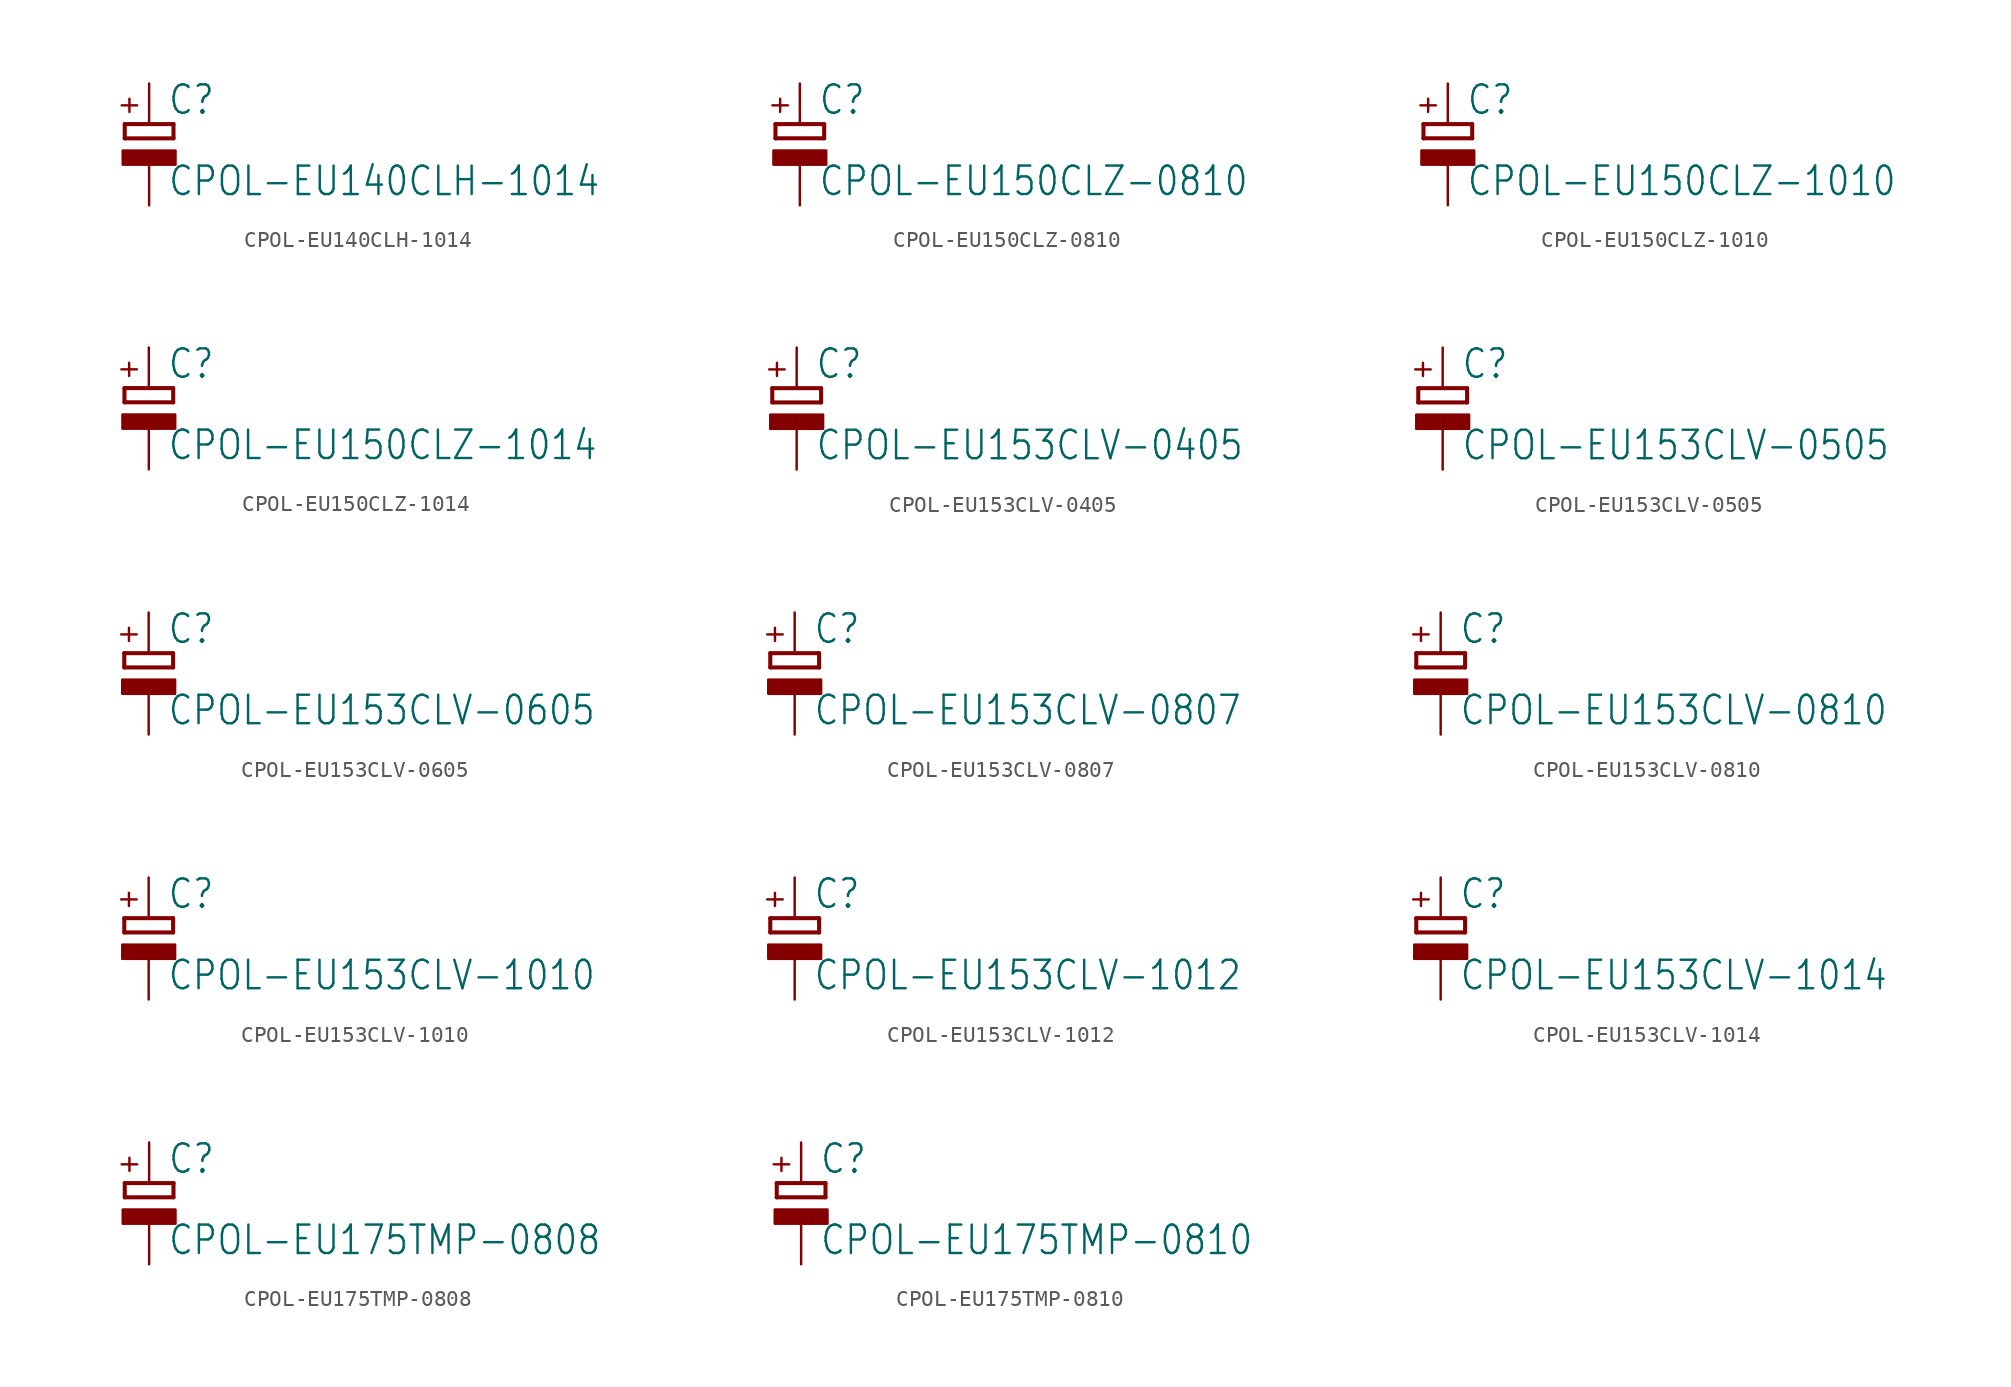
<source format=kicad_sym>
(kicad_symbol_lib
  (version 20220331)
  (generator kicad_symbol_editor)
  (symbol "CPOL-EU140CLH-1014"
    (property "Reference" "C"
      (at 1.143 0.483 0)
      (effects (font (size 1.778 1.511)) (justify left bottom)))
    (property "Value" "CPOL-EU140CLH-1014"
      (at 1.143 -4.597 0)
      (effects (font (size 1.778 1.511)) (justify left bottom)))
    (property "ki_locked" ""
      (at 0 0 0)
      (effects (font (size 1.27 1.27))))
    (symbol "CPOL-EU140CLH-1014_1_0"
      (rectangle (start -1.651 -2.54) (end 1.651 -1.651) (stroke (width 0) (type default)) (fill (type outline)))
      (polyline (pts (xy -1.524 -0.889) (xy 1.524 -0.889)) (stroke (width 0.254) (type solid)) (fill (type none)))
      (polyline (pts (xy -1.524 0) (xy -1.524 -0.889)) (stroke (width 0.254) (type solid)) (fill (type none)))
      (polyline (pts (xy -1.524 0) (xy 1.524 0)) (stroke (width 0.254) (type solid)) (fill (type none)))
      (polyline (pts (xy 1.524 -0.889) (xy 1.524 0)) (stroke (width 0.254) (type solid)) (fill (type none)))
      (text "+" (at -0.584 0.406 900) (effects (font (size 1.27 1.079)) (justify left bottom)))
      (pin passive line (at 0 2.54 270) (length 2.54) (name "+" (effects (font (size 0 0)))) (number "+" (effects (font (size 0 0)))))
      (pin passive line (at 0 -5.08 90) (length 2.54) (name "-" (effects (font (size 0 0)))) (number "-" (effects (font (size 0 0)))))))
  (symbol "CPOL-EU150CLZ-0810"
    (property "Reference" "C"
      (at 1.143 0.483 0)
      (effects (font (size 1.778 1.511)) (justify left bottom)))
    (property "Value" "CPOL-EU150CLZ-0810"
      (at 1.143 -4.597 0)
      (effects (font (size 1.778 1.511)) (justify left bottom)))
    (property "ki_locked" ""
      (at 0 0 0)
      (effects (font (size 1.27 1.27))))
    (symbol "CPOL-EU150CLZ-0810_1_0"
      (rectangle (start -1.651 -2.54) (end 1.651 -1.651) (stroke (width 0) (type default)) (fill (type outline)))
      (polyline (pts (xy -1.524 -0.889) (xy 1.524 -0.889)) (stroke (width 0.254) (type solid)) (fill (type none)))
      (polyline (pts (xy -1.524 0) (xy -1.524 -0.889)) (stroke (width 0.254) (type solid)) (fill (type none)))
      (polyline (pts (xy -1.524 0) (xy 1.524 0)) (stroke (width 0.254) (type solid)) (fill (type none)))
      (polyline (pts (xy 1.524 -0.889) (xy 1.524 0)) (stroke (width 0.254) (type solid)) (fill (type none)))
      (text "+" (at -0.584 0.406 900) (effects (font (size 1.27 1.079)) (justify left bottom)))
      (pin passive line (at 0 2.54 270) (length 2.54) (name "+" (effects (font (size 0 0)))) (number "+" (effects (font (size 0 0)))))
      (pin passive line (at 0 -5.08 90) (length 2.54) (name "-" (effects (font (size 0 0)))) (number "-" (effects (font (size 0 0)))))))
  (symbol "CPOL-EU150CLZ-1010"
    (property "Reference" "C"
      (at 1.143 0.483 0)
      (effects (font (size 1.778 1.511)) (justify left bottom)))
    (property "Value" "CPOL-EU150CLZ-1010"
      (at 1.143 -4.597 0)
      (effects (font (size 1.778 1.511)) (justify left bottom)))
    (property "ki_locked" ""
      (at 0 0 0)
      (effects (font (size 1.27 1.27))))
    (symbol "CPOL-EU150CLZ-1010_1_0"
      (rectangle (start -1.651 -2.54) (end 1.651 -1.651) (stroke (width 0) (type default)) (fill (type outline)))
      (polyline (pts (xy -1.524 -0.889) (xy 1.524 -0.889)) (stroke (width 0.254) (type solid)) (fill (type none)))
      (polyline (pts (xy -1.524 0) (xy -1.524 -0.889)) (stroke (width 0.254) (type solid)) (fill (type none)))
      (polyline (pts (xy -1.524 0) (xy 1.524 0)) (stroke (width 0.254) (type solid)) (fill (type none)))
      (polyline (pts (xy 1.524 -0.889) (xy 1.524 0)) (stroke (width 0.254) (type solid)) (fill (type none)))
      (text "+" (at -0.584 0.406 900) (effects (font (size 1.27 1.079)) (justify left bottom)))
      (pin passive line (at 0 2.54 270) (length 2.54) (name "+" (effects (font (size 0 0)))) (number "+" (effects (font (size 0 0)))))
      (pin passive line (at 0 -5.08 90) (length 2.54) (name "-" (effects (font (size 0 0)))) (number "-" (effects (font (size 0 0)))))))
  (symbol "CPOL-EU150CLZ-1014"
    (property "Reference" "C"
      (at 1.143 0.483 0)
      (effects (font (size 1.778 1.511)) (justify left bottom)))
    (property "Value" "CPOL-EU150CLZ-1014"
      (at 1.143 -4.597 0)
      (effects (font (size 1.778 1.511)) (justify left bottom)))
    (property "ki_locked" ""
      (at 0 0 0)
      (effects (font (size 1.27 1.27))))
    (symbol "CPOL-EU150CLZ-1014_1_0"
      (rectangle (start -1.651 -2.54) (end 1.651 -1.651) (stroke (width 0) (type default)) (fill (type outline)))
      (polyline (pts (xy -1.524 -0.889) (xy 1.524 -0.889)) (stroke (width 0.254) (type solid)) (fill (type none)))
      (polyline (pts (xy -1.524 0) (xy -1.524 -0.889)) (stroke (width 0.254) (type solid)) (fill (type none)))
      (polyline (pts (xy -1.524 0) (xy 1.524 0)) (stroke (width 0.254) (type solid)) (fill (type none)))
      (polyline (pts (xy 1.524 -0.889) (xy 1.524 0)) (stroke (width 0.254) (type solid)) (fill (type none)))
      (text "+" (at -0.584 0.406 900) (effects (font (size 1.27 1.079)) (justify left bottom)))
      (pin passive line (at 0 2.54 270) (length 2.54) (name "+" (effects (font (size 0 0)))) (number "+" (effects (font (size 0 0)))))
      (pin passive line (at 0 -5.08 90) (length 2.54) (name "-" (effects (font (size 0 0)))) (number "-" (effects (font (size 0 0)))))))
  (symbol "CPOL-EU153CLV-0405"
    (property "Reference" "C"
      (at 1.143 0.483 0)
      (effects (font (size 1.778 1.511)) (justify left bottom)))
    (property "Value" "CPOL-EU153CLV-0405"
      (at 1.143 -4.597 0)
      (effects (font (size 1.778 1.511)) (justify left bottom)))
    (property "ki_locked" ""
      (at 0 0 0)
      (effects (font (size 1.27 1.27))))
    (symbol "CPOL-EU153CLV-0405_1_0"
      (rectangle (start -1.651 -2.54) (end 1.651 -1.651) (stroke (width 0) (type default)) (fill (type outline)))
      (polyline (pts (xy -1.524 -0.889) (xy 1.524 -0.889)) (stroke (width 0.254) (type solid)) (fill (type none)))
      (polyline (pts (xy -1.524 0) (xy -1.524 -0.889)) (stroke (width 0.254) (type solid)) (fill (type none)))
      (polyline (pts (xy -1.524 0) (xy 1.524 0)) (stroke (width 0.254) (type solid)) (fill (type none)))
      (polyline (pts (xy 1.524 -0.889) (xy 1.524 0)) (stroke (width 0.254) (type solid)) (fill (type none)))
      (text "+" (at -0.584 0.406 900) (effects (font (size 1.27 1.079)) (justify left bottom)))
      (pin passive line (at 0 2.54 270) (length 2.54) (name "+" (effects (font (size 0 0)))) (number "+" (effects (font (size 0 0)))))
      (pin passive line (at 0 -5.08 90) (length 2.54) (name "-" (effects (font (size 0 0)))) (number "-" (effects (font (size 0 0)))))))
  (symbol "CPOL-EU153CLV-0505"
    (property "Reference" "C"
      (at 1.143 0.483 0)
      (effects (font (size 1.778 1.511)) (justify left bottom)))
    (property "Value" "CPOL-EU153CLV-0505"
      (at 1.143 -4.597 0)
      (effects (font (size 1.778 1.511)) (justify left bottom)))
    (property "ki_locked" ""
      (at 0 0 0)
      (effects (font (size 1.27 1.27))))
    (symbol "CPOL-EU153CLV-0505_1_0"
      (rectangle (start -1.651 -2.54) (end 1.651 -1.651) (stroke (width 0) (type default)) (fill (type outline)))
      (polyline (pts (xy -1.524 -0.889) (xy 1.524 -0.889)) (stroke (width 0.254) (type solid)) (fill (type none)))
      (polyline (pts (xy -1.524 0) (xy -1.524 -0.889)) (stroke (width 0.254) (type solid)) (fill (type none)))
      (polyline (pts (xy -1.524 0) (xy 1.524 0)) (stroke (width 0.254) (type solid)) (fill (type none)))
      (polyline (pts (xy 1.524 -0.889) (xy 1.524 0)) (stroke (width 0.254) (type solid)) (fill (type none)))
      (text "+" (at -0.584 0.406 900) (effects (font (size 1.27 1.079)) (justify left bottom)))
      (pin passive line (at 0 2.54 270) (length 2.54) (name "+" (effects (font (size 0 0)))) (number "+" (effects (font (size 0 0)))))
      (pin passive line (at 0 -5.08 90) (length 2.54) (name "-" (effects (font (size 0 0)))) (number "-" (effects (font (size 0 0)))))))
  (symbol "CPOL-EU153CLV-0605"
    (property "Reference" "C"
      (at 1.143 0.483 0)
      (effects (font (size 1.778 1.511)) (justify left bottom)))
    (property "Value" "CPOL-EU153CLV-0605"
      (at 1.143 -4.597 0)
      (effects (font (size 1.778 1.511)) (justify left bottom)))
    (property "ki_locked" ""
      (at 0 0 0)
      (effects (font (size 1.27 1.27))))
    (symbol "CPOL-EU153CLV-0605_1_0"
      (rectangle (start -1.651 -2.54) (end 1.651 -1.651) (stroke (width 0) (type default)) (fill (type outline)))
      (polyline (pts (xy -1.524 -0.889) (xy 1.524 -0.889)) (stroke (width 0.254) (type solid)) (fill (type none)))
      (polyline (pts (xy -1.524 0) (xy -1.524 -0.889)) (stroke (width 0.254) (type solid)) (fill (type none)))
      (polyline (pts (xy -1.524 0) (xy 1.524 0)) (stroke (width 0.254) (type solid)) (fill (type none)))
      (polyline (pts (xy 1.524 -0.889) (xy 1.524 0)) (stroke (width 0.254) (type solid)) (fill (type none)))
      (text "+" (at -0.584 0.406 900) (effects (font (size 1.27 1.079)) (justify left bottom)))
      (pin passive line (at 0 2.54 270) (length 2.54) (name "+" (effects (font (size 0 0)))) (number "+" (effects (font (size 0 0)))))
      (pin passive line (at 0 -5.08 90) (length 2.54) (name "-" (effects (font (size 0 0)))) (number "-" (effects (font (size 0 0)))))))
  (symbol "CPOL-EU153CLV-0807"
    (property "Reference" "C"
      (at 1.143 0.483 0)
      (effects (font (size 1.778 1.511)) (justify left bottom)))
    (property "Value" "CPOL-EU153CLV-0807"
      (at 1.143 -4.597 0)
      (effects (font (size 1.778 1.511)) (justify left bottom)))
    (property "ki_locked" ""
      (at 0 0 0)
      (effects (font (size 1.27 1.27))))
    (symbol "CPOL-EU153CLV-0807_1_0"
      (rectangle (start -1.651 -2.54) (end 1.651 -1.651) (stroke (width 0) (type default)) (fill (type outline)))
      (polyline (pts (xy -1.524 -0.889) (xy 1.524 -0.889)) (stroke (width 0.254) (type solid)) (fill (type none)))
      (polyline (pts (xy -1.524 0) (xy -1.524 -0.889)) (stroke (width 0.254) (type solid)) (fill (type none)))
      (polyline (pts (xy -1.524 0) (xy 1.524 0)) (stroke (width 0.254) (type solid)) (fill (type none)))
      (polyline (pts (xy 1.524 -0.889) (xy 1.524 0)) (stroke (width 0.254) (type solid)) (fill (type none)))
      (text "+" (at -0.584 0.406 900) (effects (font (size 1.27 1.079)) (justify left bottom)))
      (pin passive line (at 0 2.54 270) (length 2.54) (name "+" (effects (font (size 0 0)))) (number "+" (effects (font (size 0 0)))))
      (pin passive line (at 0 -5.08 90) (length 2.54) (name "-" (effects (font (size 0 0)))) (number "-" (effects (font (size 0 0)))))))
  (symbol "CPOL-EU153CLV-0810"
    (property "Reference" "C"
      (at 1.143 0.483 0)
      (effects (font (size 1.778 1.511)) (justify left bottom)))
    (property "Value" "CPOL-EU153CLV-0810"
      (at 1.143 -4.597 0)
      (effects (font (size 1.778 1.511)) (justify left bottom)))
    (property "ki_locked" ""
      (at 0 0 0)
      (effects (font (size 1.27 1.27))))
    (symbol "CPOL-EU153CLV-0810_1_0"
      (rectangle (start -1.651 -2.54) (end 1.651 -1.651) (stroke (width 0) (type default)) (fill (type outline)))
      (polyline (pts (xy -1.524 -0.889) (xy 1.524 -0.889)) (stroke (width 0.254) (type solid)) (fill (type none)))
      (polyline (pts (xy -1.524 0) (xy -1.524 -0.889)) (stroke (width 0.254) (type solid)) (fill (type none)))
      (polyline (pts (xy -1.524 0) (xy 1.524 0)) (stroke (width 0.254) (type solid)) (fill (type none)))
      (polyline (pts (xy 1.524 -0.889) (xy 1.524 0)) (stroke (width 0.254) (type solid)) (fill (type none)))
      (text "+" (at -0.584 0.406 900) (effects (font (size 1.27 1.079)) (justify left bottom)))
      (pin passive line (at 0 2.54 270) (length 2.54) (name "+" (effects (font (size 0 0)))) (number "+" (effects (font (size 0 0)))))
      (pin passive line (at 0 -5.08 90) (length 2.54) (name "-" (effects (font (size 0 0)))) (number "-" (effects (font (size 0 0)))))))
  (symbol "CPOL-EU153CLV-1010"
    (property "Reference" "C"
      (at 1.143 0.483 0)
      (effects (font (size 1.778 1.511)) (justify left bottom)))
    (property "Value" "CPOL-EU153CLV-1010"
      (at 1.143 -4.597 0)
      (effects (font (size 1.778 1.511)) (justify left bottom)))
    (property "ki_locked" ""
      (at 0 0 0)
      (effects (font (size 1.27 1.27))))
    (symbol "CPOL-EU153CLV-1010_1_0"
      (rectangle (start -1.651 -2.54) (end 1.651 -1.651) (stroke (width 0) (type default)) (fill (type outline)))
      (polyline (pts (xy -1.524 -0.889) (xy 1.524 -0.889)) (stroke (width 0.254) (type solid)) (fill (type none)))
      (polyline (pts (xy -1.524 0) (xy -1.524 -0.889)) (stroke (width 0.254) (type solid)) (fill (type none)))
      (polyline (pts (xy -1.524 0) (xy 1.524 0)) (stroke (width 0.254) (type solid)) (fill (type none)))
      (polyline (pts (xy 1.524 -0.889) (xy 1.524 0)) (stroke (width 0.254) (type solid)) (fill (type none)))
      (text "+" (at -0.584 0.406 900) (effects (font (size 1.27 1.079)) (justify left bottom)))
      (pin passive line (at 0 2.54 270) (length 2.54) (name "+" (effects (font (size 0 0)))) (number "+" (effects (font (size 0 0)))))
      (pin passive line (at 0 -5.08 90) (length 2.54) (name "-" (effects (font (size 0 0)))) (number "-" (effects (font (size 0 0)))))))
  (symbol "CPOL-EU153CLV-1012"
    (property "Reference" "C"
      (at 1.143 0.483 0)
      (effects (font (size 1.778 1.511)) (justify left bottom)))
    (property "Value" "CPOL-EU153CLV-1012"
      (at 1.143 -4.597 0)
      (effects (font (size 1.778 1.511)) (justify left bottom)))
    (property "ki_locked" ""
      (at 0 0 0)
      (effects (font (size 1.27 1.27))))
    (symbol "CPOL-EU153CLV-1012_1_0"
      (rectangle (start -1.651 -2.54) (end 1.651 -1.651) (stroke (width 0) (type default)) (fill (type outline)))
      (polyline (pts (xy -1.524 -0.889) (xy 1.524 -0.889)) (stroke (width 0.254) (type solid)) (fill (type none)))
      (polyline (pts (xy -1.524 0) (xy -1.524 -0.889)) (stroke (width 0.254) (type solid)) (fill (type none)))
      (polyline (pts (xy -1.524 0) (xy 1.524 0)) (stroke (width 0.254) (type solid)) (fill (type none)))
      (polyline (pts (xy 1.524 -0.889) (xy 1.524 0)) (stroke (width 0.254) (type solid)) (fill (type none)))
      (text "+" (at -0.584 0.406 900) (effects (font (size 1.27 1.079)) (justify left bottom)))
      (pin passive line (at 0 2.54 270) (length 2.54) (name "+" (effects (font (size 0 0)))) (number "+" (effects (font (size 0 0)))))
      (pin passive line (at 0 -5.08 90) (length 2.54) (name "-" (effects (font (size 0 0)))) (number "-" (effects (font (size 0 0)))))))
  (symbol "CPOL-EU153CLV-1014"
    (property "Reference" "C"
      (at 1.143 0.483 0)
      (effects (font (size 1.778 1.511)) (justify left bottom)))
    (property "Value" "CPOL-EU153CLV-1014"
      (at 1.143 -4.597 0)
      (effects (font (size 1.778 1.511)) (justify left bottom)))
    (property "ki_locked" ""
      (at 0 0 0)
      (effects (font (size 1.27 1.27))))
    (symbol "CPOL-EU153CLV-1014_1_0"
      (rectangle (start -1.651 -2.54) (end 1.651 -1.651) (stroke (width 0) (type default)) (fill (type outline)))
      (polyline (pts (xy -1.524 -0.889) (xy 1.524 -0.889)) (stroke (width 0.254) (type solid)) (fill (type none)))
      (polyline (pts (xy -1.524 0) (xy -1.524 -0.889)) (stroke (width 0.254) (type solid)) (fill (type none)))
      (polyline (pts (xy -1.524 0) (xy 1.524 0)) (stroke (width 0.254) (type solid)) (fill (type none)))
      (polyline (pts (xy 1.524 -0.889) (xy 1.524 0)) (stroke (width 0.254) (type solid)) (fill (type none)))
      (text "+" (at -0.584 0.406 900) (effects (font (size 1.27 1.079)) (justify left bottom)))
      (pin passive line (at 0 2.54 270) (length 2.54) (name "+" (effects (font (size 0 0)))) (number "+" (effects (font (size 0 0)))))
      (pin passive line (at 0 -5.08 90) (length 2.54) (name "-" (effects (font (size 0 0)))) (number "-" (effects (font (size 0 0)))))))
  (symbol "CPOL-EU175TMP-0808"
    (property "Reference" "C"
      (at 1.143 0.483 0)
      (effects (font (size 1.778 1.511)) (justify left bottom)))
    (property "Value" "CPOL-EU175TMP-0808"
      (at 1.143 -4.597 0)
      (effects (font (size 1.778 1.511)) (justify left bottom)))
    (property "ki_locked" ""
      (at 0 0 0)
      (effects (font (size 1.27 1.27))))
    (symbol "CPOL-EU175TMP-0808_1_0"
      (rectangle (start -1.651 -2.54) (end 1.651 -1.651) (stroke (width 0) (type default)) (fill (type outline)))
      (polyline (pts (xy -1.524 -0.889) (xy 1.524 -0.889)) (stroke (width 0.254) (type solid)) (fill (type none)))
      (polyline (pts (xy -1.524 0) (xy -1.524 -0.889)) (stroke (width 0.254) (type solid)) (fill (type none)))
      (polyline (pts (xy -1.524 0) (xy 1.524 0)) (stroke (width 0.254) (type solid)) (fill (type none)))
      (polyline (pts (xy 1.524 -0.889) (xy 1.524 0)) (stroke (width 0.254) (type solid)) (fill (type none)))
      (text "+" (at -0.584 0.406 900) (effects (font (size 1.27 1.079)) (justify left bottom)))
      (pin passive line (at 0 2.54 270) (length 2.54) (name "+" (effects (font (size 0 0)))) (number "+" (effects (font (size 0 0)))))
      (pin passive line (at 0 -5.08 90) (length 2.54) (name "-" (effects (font (size 0 0)))) (number "-" (effects (font (size 0 0)))))))
  (symbol "CPOL-EU175TMP-0810"
    (property "Reference" "C"
      (at 1.143 0.483 0)
      (effects (font (size 1.778 1.511)) (justify left bottom)))
    (property "Value" "CPOL-EU175TMP-0810"
      (at 1.143 -4.597 0)
      (effects (font (size 1.778 1.511)) (justify left bottom)))
    (property "ki_locked" ""
      (at 0 0 0)
      (effects (font (size 1.27 1.27))))
    (symbol "CPOL-EU175TMP-0810_1_0"
      (rectangle (start -1.651 -2.54) (end 1.651 -1.651) (stroke (width 0) (type default)) (fill (type outline)))
      (polyline (pts (xy -1.524 -0.889) (xy 1.524 -0.889)) (stroke (width 0.254) (type solid)) (fill (type none)))
      (polyline (pts (xy -1.524 0) (xy -1.524 -0.889)) (stroke (width 0.254) (type solid)) (fill (type none)))
      (polyline (pts (xy -1.524 0) (xy 1.524 0)) (stroke (width 0.254) (type solid)) (fill (type none)))
      (polyline (pts (xy 1.524 -0.889) (xy 1.524 0)) (stroke (width 0.254) (type solid)) (fill (type none)))
      (text "+" (at -0.584 0.406 900) (effects (font (size 1.27 1.079)) (justify left bottom)))
      (pin passive line (at 0 2.54 270) (length 2.54) (name "+" (effects (font (size 0 0)))) (number "+" (effects (font (size 0 0)))))
      (pin passive line (at 0 -5.08 90) (length 2.54) (name "-" (effects (font (size 0 0)))) (number "-" (effects (font (size 0 0))))))))
</source>
